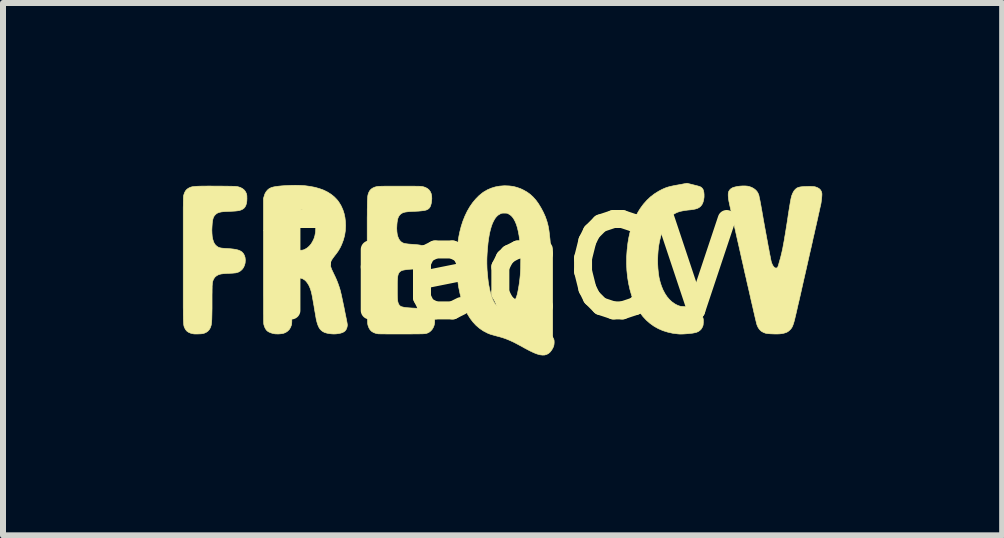
<source format=kicad_pcb>
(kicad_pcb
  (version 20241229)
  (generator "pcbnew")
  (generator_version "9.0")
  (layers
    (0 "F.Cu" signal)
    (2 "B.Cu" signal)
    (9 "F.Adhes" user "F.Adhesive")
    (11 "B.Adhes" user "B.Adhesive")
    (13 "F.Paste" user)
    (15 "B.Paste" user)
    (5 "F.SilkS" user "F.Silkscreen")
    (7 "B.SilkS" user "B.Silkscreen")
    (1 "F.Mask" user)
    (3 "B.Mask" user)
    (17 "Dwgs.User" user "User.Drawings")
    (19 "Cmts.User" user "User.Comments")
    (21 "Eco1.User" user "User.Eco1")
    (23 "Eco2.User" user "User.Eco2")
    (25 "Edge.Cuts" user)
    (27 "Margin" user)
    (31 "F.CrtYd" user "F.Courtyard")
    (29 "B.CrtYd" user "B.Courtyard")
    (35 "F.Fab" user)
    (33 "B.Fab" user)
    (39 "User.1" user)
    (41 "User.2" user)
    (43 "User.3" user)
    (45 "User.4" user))
  (footprint "FreqCV"
    (layer "F.Cu")
    (at 5.328 1.436)
    (property "Reference" "FreqCV" (at 0 0 0) (layer "F.SilkS") (effects (font (size 1.524 1.524) (thickness 0.3))))
    (attr through_hole)
    (fp_poly (pts (xy 3.184 -1.404) (xy 3.219 -1.395) (xy 3.247 -1.388) (xy 3.268 -1.382) (xy 3.285 -1.377) (xy 3.296 -1.372) (xy 3.305 -1.368) (xy 3.31 -1.365) (xy 3.328 -1.349) (xy 3.342 -1.33) (xy 3.351 -1.306) (xy 3.357 -1.277) (xy 3.36 -1.245) (xy 3.36 -1.199) (xy 3.354 -1.157) (xy 3.344 -1.118) (xy 3.33 -1.084) (xy 3.316 -1.063) (xy 3.298 -1.042) (xy 3.276 -1.026) (xy 3.25 -1.012) (xy 3.218 -1.002) (xy 3.179 -0.994) (xy 3.137 -0.988) (xy 3.084 -0.983) (xy 3.04 -0.977) (xy 3.001 -0.97) (xy 2.967 -0.963) (xy 2.938 -0.954) (xy 2.911 -0.945) (xy 2.887 -0.933) (xy 2.886 -0.933) (xy 2.84 -0.906) (xy 2.799 -0.872) (xy 2.761 -0.83) (xy 2.732 -0.79) (xy 2.714 -0.758) (xy 2.696 -0.719) (xy 2.678 -0.674) (xy 2.661 -0.624) (xy 2.645 -0.571) (xy 2.63 -0.516) (xy 2.617 -0.461) (xy 2.607 -0.406) (xy 2.602 -0.375) (xy 2.594 -0.306) (xy 2.589 -0.234) (xy 2.586 -0.159) (xy 2.587 -0.084) (xy 2.591 -0.01) (xy 2.598 0.06) (xy 2.607 0.124) (xy 2.61 0.142) (xy 2.628 0.216) (xy 2.65 0.285) (xy 2.677 0.35) (xy 2.708 0.408) (xy 2.743 0.461) (xy 2.782 0.507) (xy 2.824 0.546) (xy 2.869 0.578) (xy 2.892 0.591) (xy 2.921 0.605) (xy 2.945 0.614) (xy 2.966 0.62) (xy 2.985 0.622) (xy 2.991 0.622) (xy 3.02 0.624) (xy 3.055 0.628) (xy 3.091 0.634) (xy 3.125 0.642) (xy 3.147 0.648) (xy 3.197 0.667) (xy 3.241 0.689) (xy 3.277 0.715) (xy 3.306 0.745) (xy 3.328 0.779) (xy 3.342 0.815) (xy 3.346 0.831) (xy 3.348 0.847) (xy 3.348 0.867) (xy 3.348 0.89) (xy 3.346 0.912) (xy 3.345 0.928) (xy 3.342 0.941) (xy 3.338 0.953) (xy 3.332 0.967) (xy 3.33 0.971) (xy 3.312 1.001) (xy 3.289 1.024) (xy 3.261 1.043) (xy 3.226 1.057) (xy 3.225 1.057) (xy 3.202 1.062) (xy 3.172 1.068) (xy 3.137 1.072) (xy 3.1 1.076) (xy 3.06 1.079) (xy 3.021 1.082) (xy 2.984 1.083) (xy 2.951 1.083) (xy 2.925 1.081) (xy 2.837 1.07) (xy 2.753 1.051) (xy 2.673 1.026) (xy 2.597 0.993) (xy 2.526 0.953) (xy 2.46 0.906) (xy 2.398 0.852) (xy 2.342 0.792) (xy 2.291 0.725) (xy 2.245 0.652) (xy 2.227 0.619) (xy 2.187 0.531) (xy 2.152 0.438) (xy 2.124 0.34) (xy 2.101 0.237) (xy 2.084 0.131) (xy 2.073 0.022) (xy 2.068 -0.09) (xy 2.069 -0.203) (xy 2.077 -0.318) (xy 2.09 -0.433) (xy 2.106 -0.527) (xy 2.128 -0.624) (xy 2.154 -0.713) (xy 2.184 -0.798) (xy 2.22 -0.877) (xy 2.261 -0.953) (xy 2.297 -1.011) (xy 2.349 -1.082) (xy 2.406 -1.146) (xy 2.466 -1.203) (xy 2.531 -1.253) (xy 2.601 -1.297) (xy 2.644 -1.32) (xy 2.67 -1.333) (xy 2.693 -1.343) (xy 2.714 -1.352) (xy 2.736 -1.36) (xy 2.758 -1.367) (xy 2.783 -1.374) (xy 2.812 -1.381) (xy 2.845 -1.388) (xy 2.884 -1.396) (xy 2.926 -1.403) (xy 3.076 -1.431) (xy 3.184 -1.404)) (stroke (width 0.01) (type solid)) (fill yes) (layer "F.SilkS"))
    (fp_poly (pts (xy 4.044 -1.386) (xy 4.081 -1.383) (xy 4.111 -1.377) (xy 4.154 -1.362) (xy 4.191 -1.341) (xy 4.223 -1.316) (xy 4.248 -1.286) (xy 4.266 -1.252) (xy 4.273 -1.233) (xy 4.276 -1.22) (xy 4.28 -1.199) (xy 4.286 -1.172) (xy 4.293 -1.139) (xy 4.3 -1.101) (xy 4.308 -1.058) (xy 4.316 -1.012) (xy 4.325 -0.964) (xy 4.333 -0.914) (xy 4.337 -0.895) (xy 4.344 -0.853) (xy 4.352 -0.807) (xy 4.361 -0.758) (xy 4.37 -0.707) (xy 4.38 -0.653) (xy 4.39 -0.599) (xy 4.4 -0.544) (xy 4.41 -0.49) (xy 4.42 -0.436) (xy 4.429 -0.385) (xy 4.439 -0.336) (xy 4.447 -0.29) (xy 4.455 -0.248) (xy 4.463 -0.211) (xy 4.469 -0.179) (xy 4.474 -0.153) (xy 4.478 -0.134) (xy 4.481 -0.122) (xy 4.481 -0.121) (xy 4.492 -0.09) (xy 4.504 -0.064) (xy 4.518 -0.043) (xy 4.533 -0.028) (xy 4.548 -0.019) (xy 4.562 -0.016) (xy 4.576 -0.022) (xy 4.581 -0.026) (xy 4.584 -0.03) (xy 4.588 -0.034) (xy 4.591 -0.04) (xy 4.594 -0.049) (xy 4.599 -0.062) (xy 4.604 -0.079) (xy 4.61 -0.102) (xy 4.619 -0.132) (xy 4.621 -0.14) (xy 4.629 -0.169) (xy 4.637 -0.197) (xy 4.644 -0.225) (xy 4.65 -0.252) (xy 4.657 -0.279) (xy 4.663 -0.307) (xy 4.67 -0.337) (xy 4.676 -0.369) (xy 4.682 -0.403) (xy 4.689 -0.44) (xy 4.697 -0.482) (xy 4.704 -0.528) (xy 4.713 -0.578) (xy 4.722 -0.635) (xy 4.732 -0.697) (xy 4.743 -0.766) (xy 4.755 -0.843) (xy 4.764 -0.906) (xy 4.773 -0.963) (xy 4.781 -1.012) (xy 4.788 -1.055) (xy 4.794 -1.091) (xy 4.799 -1.122) (xy 4.804 -1.147) (xy 4.808 -1.169) (xy 4.812 -1.187) (xy 4.816 -1.202) (xy 4.819 -1.215) (xy 4.822 -1.225) (xy 4.839 -1.267) (xy 4.859 -1.303) (xy 4.882 -1.33) (xy 4.908 -1.351) (xy 4.919 -1.356) (xy 4.938 -1.363) (xy 4.962 -1.369) (xy 4.992 -1.373) (xy 5.029 -1.376) (xy 5.072 -1.377) (xy 5.105 -1.378) (xy 5.137 -1.378) (xy 5.161 -1.377) (xy 5.18 -1.376) (xy 5.195 -1.375) (xy 5.208 -1.372) (xy 5.214 -1.371) (xy 5.25 -1.358) (xy 5.278 -1.342) (xy 5.299 -1.322) (xy 5.314 -1.298) (xy 5.323 -1.269) (xy 5.324 -1.262) (xy 5.325 -1.247) (xy 5.324 -1.225) (xy 5.322 -1.198) (xy 5.319 -1.168) (xy 5.315 -1.137) (xy 5.311 -1.105) (xy 5.31 -1.101) (xy 5.309 -1.093) (xy 5.306 -1.078) (xy 5.301 -1.056) (xy 5.294 -1.027) (xy 5.286 -0.991) (xy 5.277 -0.949) (xy 5.266 -0.902) (xy 5.255 -0.849) (xy 5.242 -0.792) (xy 5.228 -0.73) (xy 5.213 -0.665) (xy 5.198 -0.596) (xy 5.181 -0.525) (xy 5.165 -0.45) (xy 5.148 -0.374) (xy 5.13 -0.297) (xy 5.112 -0.218) (xy 5.094 -0.138) (xy 5.076 -0.058) (xy 5.058 0.022) (xy 5.04 0.101) (xy 5.022 0.179) (xy 5.005 0.255) (xy 4.988 0.33) (xy 4.972 0.402) (xy 4.956 0.471) (xy 4.941 0.537) (xy 4.926 0.599) (xy 4.913 0.657) (xy 4.901 0.711) (xy 4.891 0.753) (xy 4.879 0.803) (xy 4.869 0.846) (xy 4.859 0.882) (xy 4.85 0.912) (xy 4.841 0.937) (xy 4.832 0.958) (xy 4.823 0.976) (xy 4.812 0.991) (xy 4.801 1.005) (xy 4.788 1.018) (xy 4.785 1.02) (xy 4.769 1.034) (xy 4.754 1.045) (xy 4.739 1.053) (xy 4.719 1.061) (xy 4.715 1.062) (xy 4.689 1.07) (xy 4.659 1.076) (xy 4.625 1.08) (xy 4.585 1.082) (xy 4.539 1.082) (xy 4.485 1.08) (xy 4.477 1.08) (xy 4.45 1.078) (xy 4.425 1.076) (xy 4.404 1.073) (xy 4.389 1.07) (xy 4.386 1.07) (xy 4.347 1.055) (xy 4.313 1.035) (xy 4.286 1.009) (xy 4.263 0.977) (xy 4.245 0.938) (xy 4.238 0.917) (xy 4.235 0.907) (xy 4.231 0.889) (xy 4.225 0.864) (xy 4.217 0.832) (xy 4.208 0.793) (xy 4.198 0.749) (xy 4.186 0.699) (xy 4.174 0.644) (xy 4.16 0.584) (xy 4.145 0.52) (xy 4.13 0.452) (xy 4.114 0.381) (xy 4.097 0.307) (xy 4.079 0.231) (xy 4.062 0.153) (xy 4.043 0.073) (xy 4.025 -0.008) (xy 4.007 -0.09) (xy 3.988 -0.171) (xy 3.97 -0.253) (xy 3.952 -0.333) (xy 3.934 -0.413) (xy 3.916 -0.491) (xy 3.899 -0.566) (xy 3.883 -0.639) (xy 3.867 -0.71) (xy 3.852 -0.776) (xy 3.838 -0.839) (xy 3.825 -0.898) (xy 3.813 -0.952) (xy 3.803 -1) (xy 3.793 -1.043) (xy 3.785 -1.08) (xy 3.779 -1.11) (xy 3.775 -1.126) (xy 3.767 -1.176) (xy 3.763 -1.219) (xy 3.763 -1.255) (xy 3.768 -1.284) (xy 3.772 -1.295) (xy 3.786 -1.318) (xy 3.807 -1.339) (xy 3.832 -1.354) (xy 3.842 -1.359) (xy 3.877 -1.369) (xy 3.917 -1.378) (xy 3.959 -1.383) (xy 4.002 -1.386) (xy 4.044 -1.386)) (stroke (width 0.01) (type solid)) (fill yes) (layer "F.SilkS"))
    (fp_poly (pts (xy -4.796 -1.383) (xy -4.737 -1.383) (xy -4.679 -1.383) (xy -4.629 -1.382) (xy -4.586 -1.382) (xy -4.55 -1.381) (xy -4.52 -1.381) (xy -4.495 -1.38) (xy -4.474 -1.38) (xy -4.457 -1.379) (xy -4.444 -1.378) (xy -4.433 -1.377) (xy -4.425 -1.376) (xy -4.417 -1.374) (xy -4.415 -1.374) (xy -4.374 -1.362) (xy -4.34 -1.345) (xy -4.312 -1.324) (xy -4.29 -1.298) (xy -4.273 -1.266) (xy -4.27 -1.258) (xy -4.266 -1.246) (xy -4.264 -1.234) (xy -4.262 -1.219) (xy -4.262 -1.199) (xy -4.261 -1.179) (xy -4.263 -1.133) (xy -4.269 -1.095) (xy -4.279 -1.063) (xy -4.293 -1.036) (xy -4.311 -1.014) (xy -4.335 -0.997) (xy -4.344 -0.993) (xy -4.356 -0.987) (xy -4.37 -0.982) (xy -4.384 -0.977) (xy -4.401 -0.974) (xy -4.421 -0.971) (xy -4.446 -0.968) (xy -4.475 -0.966) (xy -4.511 -0.964) (xy -4.554 -0.962) (xy -4.58 -0.961) (xy -4.625 -0.959) (xy -4.662 -0.956) (xy -4.692 -0.952) (xy -4.718 -0.946) (xy -4.739 -0.939) (xy -4.757 -0.931) (xy -4.773 -0.92) (xy -4.788 -0.906) (xy -4.788 -0.906) (xy -4.802 -0.891) (xy -4.813 -0.874) (xy -4.822 -0.854) (xy -4.829 -0.831) (xy -4.834 -0.803) (xy -4.839 -0.769) (xy -4.842 -0.728) (xy -4.843 -0.714) (xy -4.846 -0.652) (xy -4.844 -0.595) (xy -4.84 -0.543) (xy -4.831 -0.498) (xy -4.819 -0.459) (xy -4.809 -0.436) (xy -4.788 -0.404) (xy -4.762 -0.38) (xy -4.733 -0.362) (xy -4.698 -0.352) (xy -4.697 -0.352) (xy -4.684 -0.35) (xy -4.665 -0.348) (xy -4.642 -0.346) (xy -4.615 -0.344) (xy -4.591 -0.343) (xy -4.537 -0.339) (xy -4.49 -0.334) (xy -4.45 -0.328) (xy -4.417 -0.32) (xy -4.389 -0.311) (xy -4.365 -0.299) (xy -4.345 -0.286) (xy -4.329 -0.269) (xy -4.317 -0.254) (xy -4.302 -0.225) (xy -4.292 -0.192) (xy -4.288 -0.155) (xy -4.288 -0.145) (xy -4.291 -0.101) (xy -4.302 -0.062) (xy -4.318 -0.026) (xy -4.341 0.005) (xy -4.368 0.03) (xy -4.4 0.049) (xy -4.436 0.061) (xy -4.452 0.064) (xy -4.465 0.065) (xy -4.485 0.067) (xy -4.51 0.069) (xy -4.537 0.07) (xy -4.566 0.072) (xy -4.573 0.072) (xy -4.602 0.073) (xy -4.63 0.075) (xy -4.656 0.077) (xy -4.677 0.08) (xy -4.692 0.082) (xy -4.694 0.082) (xy -4.733 0.093) (xy -4.765 0.11) (xy -4.792 0.132) (xy -4.812 0.159) (xy -4.818 0.172) (xy -4.823 0.182) (xy -4.827 0.192) (xy -4.831 0.203) (xy -4.833 0.215) (xy -4.836 0.228) (xy -4.838 0.244) (xy -4.839 0.263) (xy -4.841 0.286) (xy -4.841 0.314) (xy -4.842 0.346) (xy -4.842 0.385) (xy -4.843 0.431) (xy -4.843 0.483) (xy -4.843 0.521) (xy -4.843 0.592) (xy -4.843 0.655) (xy -4.844 0.711) (xy -4.845 0.76) (xy -4.846 0.802) (xy -4.847 0.838) (xy -4.849 0.868) (xy -4.851 0.893) (xy -4.854 0.914) (xy -4.856 0.93) (xy -4.857 0.935) (xy -4.87 0.975) (xy -4.888 1.008) (xy -4.912 1.035) (xy -4.942 1.056) (xy -4.977 1.071) (xy -4.995 1.075) (xy -5.011 1.078) (xy -5.033 1.08) (xy -5.059 1.081) (xy -5.086 1.082) (xy -5.112 1.082) (xy -5.134 1.082) (xy -5.151 1.08) (xy -5.154 1.08) (xy -5.197 1.07) (xy -5.233 1.055) (xy -5.262 1.035) (xy -5.284 1.009) (xy -5.3 0.979) (xy -5.3 0.979) (xy -5.303 0.972) (xy -5.305 0.967) (xy -5.307 0.961) (xy -5.309 0.956) (xy -5.311 0.95) (xy -5.312 0.943) (xy -5.314 0.935) (xy -5.315 0.926) (xy -5.316 0.915) (xy -5.317 0.902) (xy -5.318 0.887) (xy -5.319 0.869) (xy -5.32 0.848) (xy -5.321 0.824) (xy -5.321 0.796) (xy -5.322 0.764) (xy -5.322 0.728) (xy -5.322 0.687) (xy -5.323 0.641) (xy -5.323 0.591) (xy -5.323 0.534) (xy -5.323 0.472) (xy -5.323 0.403) (xy -5.323 0.328) (xy -5.323 0.246) (xy -5.323 0.157) (xy -5.323 0.061) (xy -5.323 -0.044) (xy -5.323 -0.156) (xy -5.323 -0.161) (xy -5.323 -0.272) (xy -5.323 -0.375) (xy -5.323 -0.47) (xy -5.323 -0.557) (xy -5.323 -0.637) (xy -5.323 -0.711) (xy -5.323 -0.778) (xy -5.323 -0.838) (xy -5.323 -0.893) (xy -5.323 -0.942) (xy -5.323 -0.986) (xy -5.323 -1.025) (xy -5.322 -1.06) (xy -5.322 -1.09) (xy -5.322 -1.116) (xy -5.321 -1.138) (xy -5.321 -1.157) (xy -5.321 -1.173) (xy -5.32 -1.187) (xy -5.32 -1.197) (xy -5.319 -1.206) (xy -5.319 -1.213) (xy -5.318 -1.219) (xy -5.317 -1.224) (xy -5.316 -1.228) (xy -5.316 -1.23) (xy -5.303 -1.269) (xy -5.287 -1.301) (xy -5.266 -1.326) (xy -5.24 -1.346) (xy -5.209 -1.362) (xy -5.183 -1.37) (xy -5.17 -1.373) (xy -5.154 -1.375) (xy -5.135 -1.377) (xy -5.111 -1.379) (xy -5.084 -1.381) (xy -5.051 -1.382) (xy -5.013 -1.383) (xy -4.969 -1.383) (xy -4.919 -1.384) (xy -4.861 -1.384) (xy -4.796 -1.383)) (stroke (width 0.01) (type solid)) (fill yes) (layer "F.SilkS"))
    (fp_poly (pts (xy 0.114 -1.386) (xy 0.178 -1.378) (xy 0.24 -1.362) (xy 0.302 -1.34) (xy 0.348 -1.318) (xy 0.407 -1.285) (xy 0.46 -1.247) (xy 0.508 -1.203) (xy 0.554 -1.152) (xy 0.596 -1.095) (xy 0.599 -1.09) (xy 0.643 -1.018) (xy 0.681 -0.946) (xy 0.713 -0.875) (xy 0.73 -0.827) (xy 0.74 -0.798) (xy 0.748 -0.769) (xy 0.756 -0.739) (xy 0.763 -0.708) (xy 0.769 -0.674) (xy 0.775 -0.637) (xy 0.78 -0.597) (xy 0.785 -0.551) (xy 0.791 -0.501) (xy 0.796 -0.444) (xy 0.801 -0.381) (xy 0.806 -0.31) (xy 0.807 -0.301) (xy 0.81 -0.26) (xy 0.812 -0.226) (xy 0.814 -0.197) (xy 0.815 -0.173) (xy 0.815 -0.151) (xy 0.815 -0.13) (xy 0.815 -0.109) (xy 0.814 -0.086) (xy 0.813 -0.06) (xy 0.813 -0.053) (xy 0.808 0.03) (xy 0.801 0.112) (xy 0.792 0.19) (xy 0.782 0.264) (xy 0.771 0.334) (xy 0.757 0.398) (xy 0.743 0.456) (xy 0.728 0.507) (xy 0.713 0.548) (xy 0.701 0.574) (xy 0.687 0.607) (xy 0.67 0.643) (xy 0.652 0.682) (xy 0.634 0.722) (xy 0.616 0.76) (xy 0.605 0.784) (xy 0.591 0.812) (xy 0.581 0.834) (xy 0.574 0.851) (xy 0.569 0.864) (xy 0.566 0.875) (xy 0.565 0.886) (xy 0.564 0.891) (xy 0.565 0.92) (xy 0.572 0.946) (xy 0.587 0.97) (xy 0.608 0.992) (xy 0.638 1.013) (xy 0.675 1.033) (xy 0.681 1.036) (xy 0.713 1.051) (xy 0.739 1.063) (xy 0.76 1.073) (xy 0.776 1.082) (xy 0.788 1.089) (xy 0.798 1.096) (xy 0.807 1.104) (xy 0.815 1.111) (xy 0.832 1.13) (xy 0.846 1.151) (xy 0.85 1.159) (xy 0.855 1.172) (xy 0.859 1.184) (xy 0.86 1.198) (xy 0.861 1.216) (xy 0.861 1.223) (xy 0.859 1.253) (xy 0.854 1.28) (xy 0.844 1.306) (xy 0.829 1.334) (xy 0.82 1.349) (xy 0.795 1.382) (xy 0.767 1.407) (xy 0.736 1.423) (xy 0.702 1.433) (xy 0.665 1.434) (xy 0.623 1.429) (xy 0.623 1.429) (xy 0.596 1.422) (xy 0.566 1.412) (xy 0.535 1.4) (xy 0.499 1.384) (xy 0.459 1.365) (xy 0.415 1.342) (xy 0.364 1.315) (xy 0.345 1.304) (xy 0.288 1.273) (xy 0.236 1.245) (xy 0.19 1.221) (xy 0.147 1.201) (xy 0.106 1.183) (xy 0.067 1.167) (xy 0.029 1.153) (xy -0.011 1.14) (xy -0.052 1.128) (xy -0.091 1.118) (xy -0.129 1.108) (xy -0.159 1.099) (xy -0.185 1.092) (xy -0.207 1.085) (xy -0.227 1.077) (xy -0.247 1.069) (xy -0.257 1.064) (xy -0.322 1.03) (xy -0.382 0.989) (xy -0.439 0.941) (xy -0.491 0.885) (xy -0.539 0.822) (xy -0.582 0.753) (xy -0.621 0.677) (xy -0.655 0.594) (xy -0.685 0.505) (xy -0.709 0.409) (xy -0.73 0.307) (xy -0.737 0.263) (xy -0.743 0.22) (xy -0.747 0.182) (xy -0.751 0.145) (xy -0.754 0.109) (xy -0.757 0.071) (xy -0.758 0.03) (xy -0.76 -0.017) (xy -0.761 -0.066) (xy -0.761 -0.091) (xy -0.261 -0.091) (xy -0.259 -0.02) (xy -0.257 0.021) (xy -0.252 0.071) (xy -0.248 0.114) (xy -0.245 0.151) (xy -0.241 0.182) (xy -0.238 0.21) (xy -0.234 0.235) (xy -0.231 0.258) (xy -0.226 0.281) (xy -0.222 0.303) (xy -0.207 0.372) (xy -0.19 0.433) (xy -0.171 0.487) (xy -0.151 0.533) (xy -0.129 0.572) (xy -0.105 0.604) (xy -0.078 0.629) (xy -0.05 0.648) (xy -0.023 0.659) (xy -0.007 0.662) (xy 0.014 0.663) (xy 0.038 0.662) (xy 0.061 0.659) (xy 0.079 0.655) (xy 0.08 0.654) (xy 0.11 0.64) (xy 0.138 0.618) (xy 0.165 0.589) (xy 0.19 0.553) (xy 0.209 0.519) (xy 0.222 0.489) (xy 0.234 0.46) (xy 0.244 0.428) (xy 0.253 0.391) (xy 0.261 0.349) (xy 0.262 0.344) (xy 0.273 0.282) (xy 0.282 0.223) (xy 0.289 0.165) (xy 0.295 0.107) (xy 0.299 0.047) (xy 0.302 -0.019) (xy 0.303 -0.083) (xy 0.304 -0.171) (xy 0.302 -0.256) (xy 0.299 -0.339) (xy 0.293 -0.418) (xy 0.285 -0.492) (xy 0.275 -0.562) (xy 0.263 -0.625) (xy 0.25 -0.682) (xy 0.235 -0.732) (xy 0.227 -0.754) (xy 0.208 -0.798) (xy 0.188 -0.835) (xy 0.167 -0.865) (xy 0.144 -0.89) (xy 0.118 -0.909) (xy 0.097 -0.921) (xy 0.086 -0.927) (xy 0.075 -0.931) (xy 0.063 -0.932) (xy 0.047 -0.933) (xy 0.032 -0.933) (xy 0.011 -0.933) (xy -0.003 -0.932) (xy -0.015 -0.93) (xy -0.027 -0.926) (xy -0.038 -0.92) (xy -0.071 -0.901) (xy -0.1 -0.875) (xy -0.125 -0.843) (xy -0.148 -0.803) (xy -0.169 -0.759) (xy -0.187 -0.708) (xy -0.203 -0.652) (xy -0.218 -0.589) (xy -0.23 -0.518) (xy -0.241 -0.44) (xy -0.249 -0.355) (xy -0.25 -0.347) (xy -0.257 -0.254) (xy -0.261 -0.169) (xy -0.261 -0.091) (xy -0.761 -0.091) (xy -0.761 -0.16) (xy -0.759 -0.246) (xy -0.755 -0.327) (xy -0.749 -0.404) (xy -0.739 -0.477) (xy -0.727 -0.549) (xy -0.713 -0.618) (xy -0.689 -0.712) (xy -0.66 -0.801) (xy -0.626 -0.886) (xy -0.588 -0.965) (xy -0.545 -1.039) (xy -0.498 -1.107) (xy -0.447 -1.168) (xy -0.393 -1.223) (xy -0.336 -1.27) (xy -0.313 -1.286) (xy -0.253 -1.321) (xy -0.188 -1.349) (xy -0.12 -1.37) (xy -0.048 -1.383) (xy 0.027 -1.389) (xy 0.044 -1.389) (xy 0.114 -1.386)) (stroke (width 0.01) (type solid)) (fill yes) (layer "F.SilkS"))
    (fp_poly (pts (xy -3.401 -1.396) (xy -3.35 -1.394) (xy -3.304 -1.391) (xy -3.301 -1.391) (xy -3.211 -1.379) (xy -3.127 -1.363) (xy -3.05 -1.341) (xy -2.979 -1.315) (xy -2.915 -1.283) (xy -2.857 -1.246) (xy -2.805 -1.204) (xy -2.791 -1.19) (xy -2.762 -1.16) (xy -2.738 -1.13) (xy -2.716 -1.097) (xy -2.694 -1.06) (xy -2.688 -1.048) (xy -2.661 -0.988) (xy -2.641 -0.926) (xy -2.627 -0.861) (xy -2.619 -0.792) (xy -2.616 -0.725) (xy -2.62 -0.643) (xy -2.632 -0.563) (xy -2.653 -0.486) (xy -2.681 -0.412) (xy -2.703 -0.365) (xy -2.717 -0.339) (xy -2.731 -0.316) (xy -2.745 -0.293) (xy -2.762 -0.27) (xy -2.782 -0.243) (xy -2.801 -0.219) (xy -2.816 -0.199) (xy -2.831 -0.178) (xy -2.844 -0.159) (xy -2.853 -0.144) (xy -2.854 -0.141) (xy -2.862 -0.124) (xy -2.866 -0.11) (xy -2.868 -0.095) (xy -2.868 -0.081) (xy -2.868 -0.064) (xy -2.866 -0.049) (xy -2.862 -0.033) (xy -2.856 -0.015) (xy -2.848 0.006) (xy -2.836 0.032) (xy -2.821 0.063) (xy -2.816 0.074) (xy -2.789 0.13) (xy -2.766 0.181) (xy -2.747 0.229) (xy -2.73 0.277) (xy -2.714 0.325) (xy -2.7 0.376) (xy -2.691 0.415) (xy -2.687 0.431) (xy -2.682 0.454) (xy -2.676 0.483) (xy -2.669 0.516) (xy -2.661 0.553) (xy -2.653 0.592) (xy -2.644 0.633) (xy -2.636 0.674) (xy -2.628 0.715) (xy -2.62 0.755) (xy -2.612 0.793) (xy -2.605 0.828) (xy -2.599 0.858) (xy -2.594 0.883) (xy -2.591 0.902) (xy -2.589 0.915) (xy -2.588 0.917) (xy -2.588 0.947) (xy -2.595 0.978) (xy -2.607 1.007) (xy -2.624 1.03) (xy -2.644 1.046) (xy -2.67 1.059) (xy -2.702 1.069) (xy -2.739 1.076) (xy -2.778 1.081) (xy -2.82 1.082) (xy -2.863 1.079) (xy -2.905 1.073) (xy -2.929 1.068) (xy -2.964 1.058) (xy -2.994 1.043) (xy -3.02 1.024) (xy -3.043 1) (xy -3.062 0.97) (xy -3.078 0.934) (xy -3.092 0.891) (xy -3.105 0.841) (xy -3.111 0.806) (xy -3.114 0.789) (xy -3.118 0.765) (xy -3.123 0.735) (xy -3.129 0.702) (xy -3.135 0.668) (xy -3.141 0.632) (xy -3.141 0.627) (xy -3.151 0.573) (xy -3.159 0.526) (xy -3.166 0.487) (xy -3.172 0.453) (xy -3.178 0.423) (xy -3.184 0.398) (xy -3.189 0.376) (xy -3.194 0.359) (xy -3.21 0.313) (xy -3.229 0.271) (xy -3.251 0.235) (xy -3.275 0.204) (xy -3.299 0.182) (xy -3.33 0.163) (xy -3.36 0.152) (xy -3.388 0.149) (xy -3.415 0.153) (xy -3.439 0.165) (xy -3.461 0.184) (xy -3.478 0.21) (xy -3.479 0.213) (xy -3.484 0.224) (xy -3.489 0.234) (xy -3.492 0.244) (xy -3.495 0.255) (xy -3.498 0.267) (xy -3.5 0.282) (xy -3.502 0.299) (xy -3.504 0.32) (xy -3.505 0.345) (xy -3.506 0.374) (xy -3.507 0.409) (xy -3.508 0.45) (xy -3.508 0.497) (xy -3.509 0.551) (xy -3.509 0.61) (xy -3.51 0.668) (xy -3.51 0.719) (xy -3.511 0.762) (xy -3.511 0.799) (xy -3.512 0.83) (xy -3.513 0.855) (xy -3.513 0.876) (xy -3.514 0.892) (xy -3.515 0.905) (xy -3.516 0.916) (xy -3.517 0.923) (xy -3.518 0.93) (xy -3.519 0.932) (xy -3.535 0.973) (xy -3.555 1.007) (xy -3.582 1.034) (xy -3.614 1.056) (xy -3.651 1.071) (xy -3.66 1.073) (xy -3.682 1.077) (xy -3.71 1.08) (xy -3.741 1.082) (xy -3.77 1.081) (xy -3.796 1.08) (xy -3.799 1.079) (xy -3.834 1.072) (xy -3.866 1.062) (xy -3.895 1.049) (xy -3.919 1.034) (xy -3.933 1.021) (xy -3.947 1.002) (xy -3.961 0.977) (xy -3.972 0.949) (xy -3.978 0.928) (xy -3.979 0.925) (xy -3.98 0.921) (xy -3.981 0.915) (xy -3.981 0.909) (xy -3.982 0.901) (xy -3.982 0.891) (xy -3.983 0.878) (xy -3.983 0.863) (xy -3.984 0.845) (xy -3.984 0.824) (xy -3.984 0.799) (xy -3.984 0.77) (xy -3.985 0.737) (xy -3.985 0.699) (xy -3.985 0.657) (xy -3.985 0.609) (xy -3.985 0.556) (xy -3.985 0.497) (xy -3.986 0.432) (xy -3.986 0.361) (xy -3.986 0.283) (xy -3.986 0.197) (xy -3.986 0.104) (xy -3.986 0.004) (xy -3.986 -0.105) (xy -3.986 -0.646) (xy -3.508 -0.646) (xy -3.507 -0.6) (xy -3.506 -0.557) (xy -3.504 -0.516) (xy -3.501 -0.48) (xy -3.497 -0.449) (xy -3.493 -0.424) (xy -3.488 -0.409) (xy -3.472 -0.375) (xy -3.451 -0.349) (xy -3.426 -0.329) (xy -3.42 -0.326) (xy -3.405 -0.319) (xy -3.394 -0.315) (xy -3.382 -0.314) (xy -3.367 -0.314) (xy -3.359 -0.314) (xy -3.338 -0.316) (xy -3.321 -0.319) (xy -3.304 -0.326) (xy -3.293 -0.331) (xy -3.256 -0.353) (xy -3.223 -0.382) (xy -3.192 -0.418) (xy -3.167 -0.459) (xy -3.145 -0.504) (xy -3.129 -0.554) (xy -3.119 -0.607) (xy -3.117 -0.625) (xy -3.114 -0.683) (xy -3.12 -0.739) (xy -3.133 -0.792) (xy -3.153 -0.841) (xy -3.181 -0.887) (xy -3.186 -0.893) (xy -3.217 -0.928) (xy -3.25 -0.955) (xy -3.285 -0.974) (xy -3.321 -0.984) (xy -3.35 -0.987) (xy -3.386 -0.983) (xy -3.417 -0.972) (xy -3.445 -0.954) (xy -3.468 -0.929) (xy -3.479 -0.912) (xy -3.485 -0.899) (xy -3.489 -0.887) (xy -3.493 -0.874) (xy -3.496 -0.859) (xy -3.499 -0.84) (xy -3.501 -0.817) (xy -3.503 -0.788) (xy -3.505 -0.752) (xy -3.506 -0.738) (xy -3.507 -0.692) (xy -3.508 -0.646) (xy -3.986 -0.646) (xy -3.986 -1.175) (xy -3.976 -1.209) (xy -3.962 -1.253) (xy -3.942 -1.289) (xy -3.918 -1.318) (xy -3.889 -1.342) (xy -3.854 -1.359) (xy -3.818 -1.369) (xy -3.78 -1.376) (xy -3.734 -1.382) (xy -3.683 -1.387) (xy -3.628 -1.391) (xy -3.57 -1.394) (xy -3.513 -1.396) (xy -3.455 -1.397) (xy -3.401 -1.396)) (stroke (width 0.01) (type solid)) (fill yes) (layer "F.SilkS"))
    (fp_poly (pts (xy -1.649 -1.382) (xy -1.594 -1.382) (xy -1.545 -1.382) (xy -1.504 -1.382) (xy -1.469 -1.382) (xy -1.439 -1.381) (xy -1.414 -1.381) (xy -1.394 -1.381) (xy -1.377 -1.38) (xy -1.363 -1.379) (xy -1.353 -1.378) (xy -1.344 -1.377) (xy -1.337 -1.376) (xy -1.33 -1.375) (xy -1.329 -1.375) (xy -1.288 -1.362) (xy -1.253 -1.344) (xy -1.225 -1.32) (xy -1.204 -1.291) (xy -1.189 -1.257) (xy -1.181 -1.217) (xy -1.179 -1.172) (xy -1.184 -1.122) (xy -1.188 -1.097) (xy -1.197 -1.063) (xy -1.208 -1.036) (xy -1.223 -1.015) (xy -1.242 -0.999) (xy -1.253 -0.993) (xy -1.265 -0.987) (xy -1.279 -0.983) (xy -1.296 -0.978) (xy -1.315 -0.975) (xy -1.339 -0.972) (xy -1.367 -0.969) (xy -1.401 -0.966) (xy -1.441 -0.964) (xy -1.489 -0.962) (xy -1.503 -0.961) (xy -1.548 -0.959) (xy -1.586 -0.955) (xy -1.617 -0.951) (xy -1.644 -0.945) (xy -1.665 -0.937) (xy -1.684 -0.927) (xy -1.7 -0.915) (xy -1.707 -0.908) (xy -1.722 -0.891) (xy -1.734 -0.871) (xy -1.744 -0.847) (xy -1.751 -0.818) (xy -1.757 -0.783) (xy -1.761 -0.741) (xy -1.761 -0.738) (xy -1.764 -0.679) (xy -1.761 -0.625) (xy -1.755 -0.577) (xy -1.743 -0.535) (xy -1.727 -0.499) (xy -1.707 -0.471) (xy -1.702 -0.466) (xy -1.69 -0.454) (xy -1.677 -0.445) (xy -1.663 -0.437) (xy -1.647 -0.431) (xy -1.627 -0.426) (xy -1.603 -0.422) (xy -1.573 -0.418) (xy -1.537 -0.415) (xy -1.506 -0.413) (xy -1.455 -0.409) (xy -1.413 -0.405) (xy -1.376 -0.4) (xy -1.346 -0.394) (xy -1.321 -0.387) (xy -1.3 -0.379) (xy -1.282 -0.369) (xy -1.266 -0.357) (xy -1.254 -0.346) (xy -1.234 -0.32) (xy -1.22 -0.288) (xy -1.211 -0.254) (xy -1.209 -0.217) (xy -1.211 -0.18) (xy -1.219 -0.144) (xy -1.233 -0.109) (xy -1.251 -0.078) (xy -1.274 -0.052) (xy -1.295 -0.035) (xy -1.306 -0.028) (xy -1.317 -0.023) (xy -1.329 -0.018) (xy -1.344 -0.015) (xy -1.362 -0.011) (xy -1.385 -0.009) (xy -1.414 -0.006) (xy -1.45 -0.003) (xy -1.467 -0.002) (xy -1.516 0.001) (xy -1.558 0.004) (xy -1.593 0.008) (xy -1.622 0.012) (xy -1.646 0.016) (xy -1.665 0.02) (xy -1.681 0.026) (xy -1.693 0.032) (xy -1.704 0.039) (xy -1.714 0.048) (xy -1.715 0.049) (xy -1.724 0.059) (xy -1.731 0.071) (xy -1.737 0.083) (xy -1.742 0.099) (xy -1.746 0.118) (xy -1.749 0.141) (xy -1.751 0.169) (xy -1.753 0.202) (xy -1.754 0.242) (xy -1.754 0.289) (xy -1.754 0.326) (xy -1.754 0.376) (xy -1.754 0.419) (xy -1.753 0.454) (xy -1.752 0.484) (xy -1.75 0.509) (xy -1.748 0.529) (xy -1.745 0.546) (xy -1.741 0.56) (xy -1.737 0.572) (xy -1.736 0.575) (xy -1.729 0.589) (xy -1.721 0.6) (xy -1.712 0.61) (xy -1.701 0.619) (xy -1.687 0.626) (xy -1.669 0.631) (xy -1.647 0.636) (xy -1.62 0.64) (xy -1.587 0.644) (xy -1.547 0.647) (xy -1.501 0.65) (xy -1.458 0.652) (xy -1.417 0.654) (xy -1.382 0.656) (xy -1.355 0.658) (xy -1.333 0.659) (xy -1.316 0.661) (xy -1.302 0.662) (xy -1.292 0.664) (xy -1.283 0.666) (xy -1.277 0.669) (xy -1.237 0.687) (xy -1.203 0.711) (xy -1.175 0.741) (xy -1.153 0.777) (xy -1.138 0.817) (xy -1.137 0.82) (xy -1.131 0.858) (xy -1.132 0.896) (xy -1.139 0.934) (xy -1.152 0.969) (xy -1.171 1.002) (xy -1.194 1.029) (xy -1.221 1.051) (xy -1.234 1.058) (xy -1.241 1.062) (xy -1.249 1.065) (xy -1.256 1.068) (xy -1.263 1.071) (xy -1.271 1.073) (xy -1.281 1.075) (xy -1.293 1.077) (xy -1.308 1.078) (xy -1.325 1.079) (xy -1.347 1.08) (xy -1.373 1.08) (xy -1.403 1.081) (xy -1.44 1.081) (xy -1.482 1.081) (xy -1.531 1.082) (xy -1.587 1.082) (xy -1.65 1.082) (xy -1.672 1.082) (xy -1.728 1.082) (xy -1.783 1.082) (xy -1.834 1.082) (xy -1.882 1.082) (xy -1.927 1.082) (xy -1.966 1.081) (xy -2.001 1.081) (xy -2.029 1.081) (xy -2.051 1.08) (xy -2.066 1.08) (xy -2.072 1.08) (xy -2.115 1.071) (xy -2.152 1.057) (xy -2.183 1.038) (xy -2.208 1.012) (xy -2.227 0.98) (xy -2.242 0.941) (xy -2.246 0.923) (xy -2.247 0.919) (xy -2.248 0.914) (xy -2.248 0.908) (xy -2.249 0.9) (xy -2.25 0.891) (xy -2.25 0.879) (xy -2.251 0.865) (xy -2.251 0.848) (xy -2.251 0.828) (xy -2.252 0.804) (xy -2.252 0.777) (xy -2.252 0.745) (xy -2.253 0.709) (xy -2.253 0.668) (xy -2.253 0.622) (xy -2.254 0.57) (xy -2.254 0.513) (xy -2.254 0.449) (xy -2.254 0.379) (xy -2.254 0.302) (xy -2.255 0.218) (xy -2.255 0.127) (xy -2.255 0.028) (xy -2.255 -0.079) (xy -2.255 -0.098) (xy -2.255 -0.211) (xy -2.256 -0.317) (xy -2.256 -0.415) (xy -2.256 -0.505) (xy -2.256 -0.589) (xy -2.256 -0.665) (xy -2.256 -0.735) (xy -2.256 -0.798) (xy -2.256 -0.856) (xy -2.255 -0.908) (xy -2.255 -0.955) (xy -2.255 -0.997) (xy -2.254 -1.034) (xy -2.254 -1.067) (xy -2.253 -1.096) (xy -2.253 -1.122) (xy -2.252 -1.144) (xy -2.251 -1.163) (xy -2.25 -1.179) (xy -2.249 -1.193) (xy -2.248 -1.205) (xy -2.247 -1.215) (xy -2.246 -1.224) (xy -2.244 -1.232) (xy -2.242 -1.239) (xy -2.242 -1.242) (xy -2.229 -1.279) (xy -2.212 -1.309) (xy -2.19 -1.333) (xy -2.162 -1.352) (xy -2.128 -1.367) (xy -2.097 -1.375) (xy -2.091 -1.376) (xy -2.084 -1.377) (xy -2.075 -1.378) (xy -2.065 -1.379) (xy -2.052 -1.38) (xy -2.036 -1.38) (xy -2.016 -1.381) (xy -1.993 -1.381) (xy -1.964 -1.382) (xy -1.931 -1.382) (xy -1.891 -1.382) (xy -1.844 -1.382) (xy -1.791 -1.382) (xy -1.73 -1.382) (xy -1.712 -1.382) (xy -1.649 -1.382)) (stroke (width 0.01) (type solid)) (fill yes) (layer "F.SilkS")))
  (gr_rect
    (start -3 -3)
    (end 13.658 5.875)
    (stroke (width 0.1) (type default))
    (fill no)
    (layer "Edge.Cuts")))
</source>
